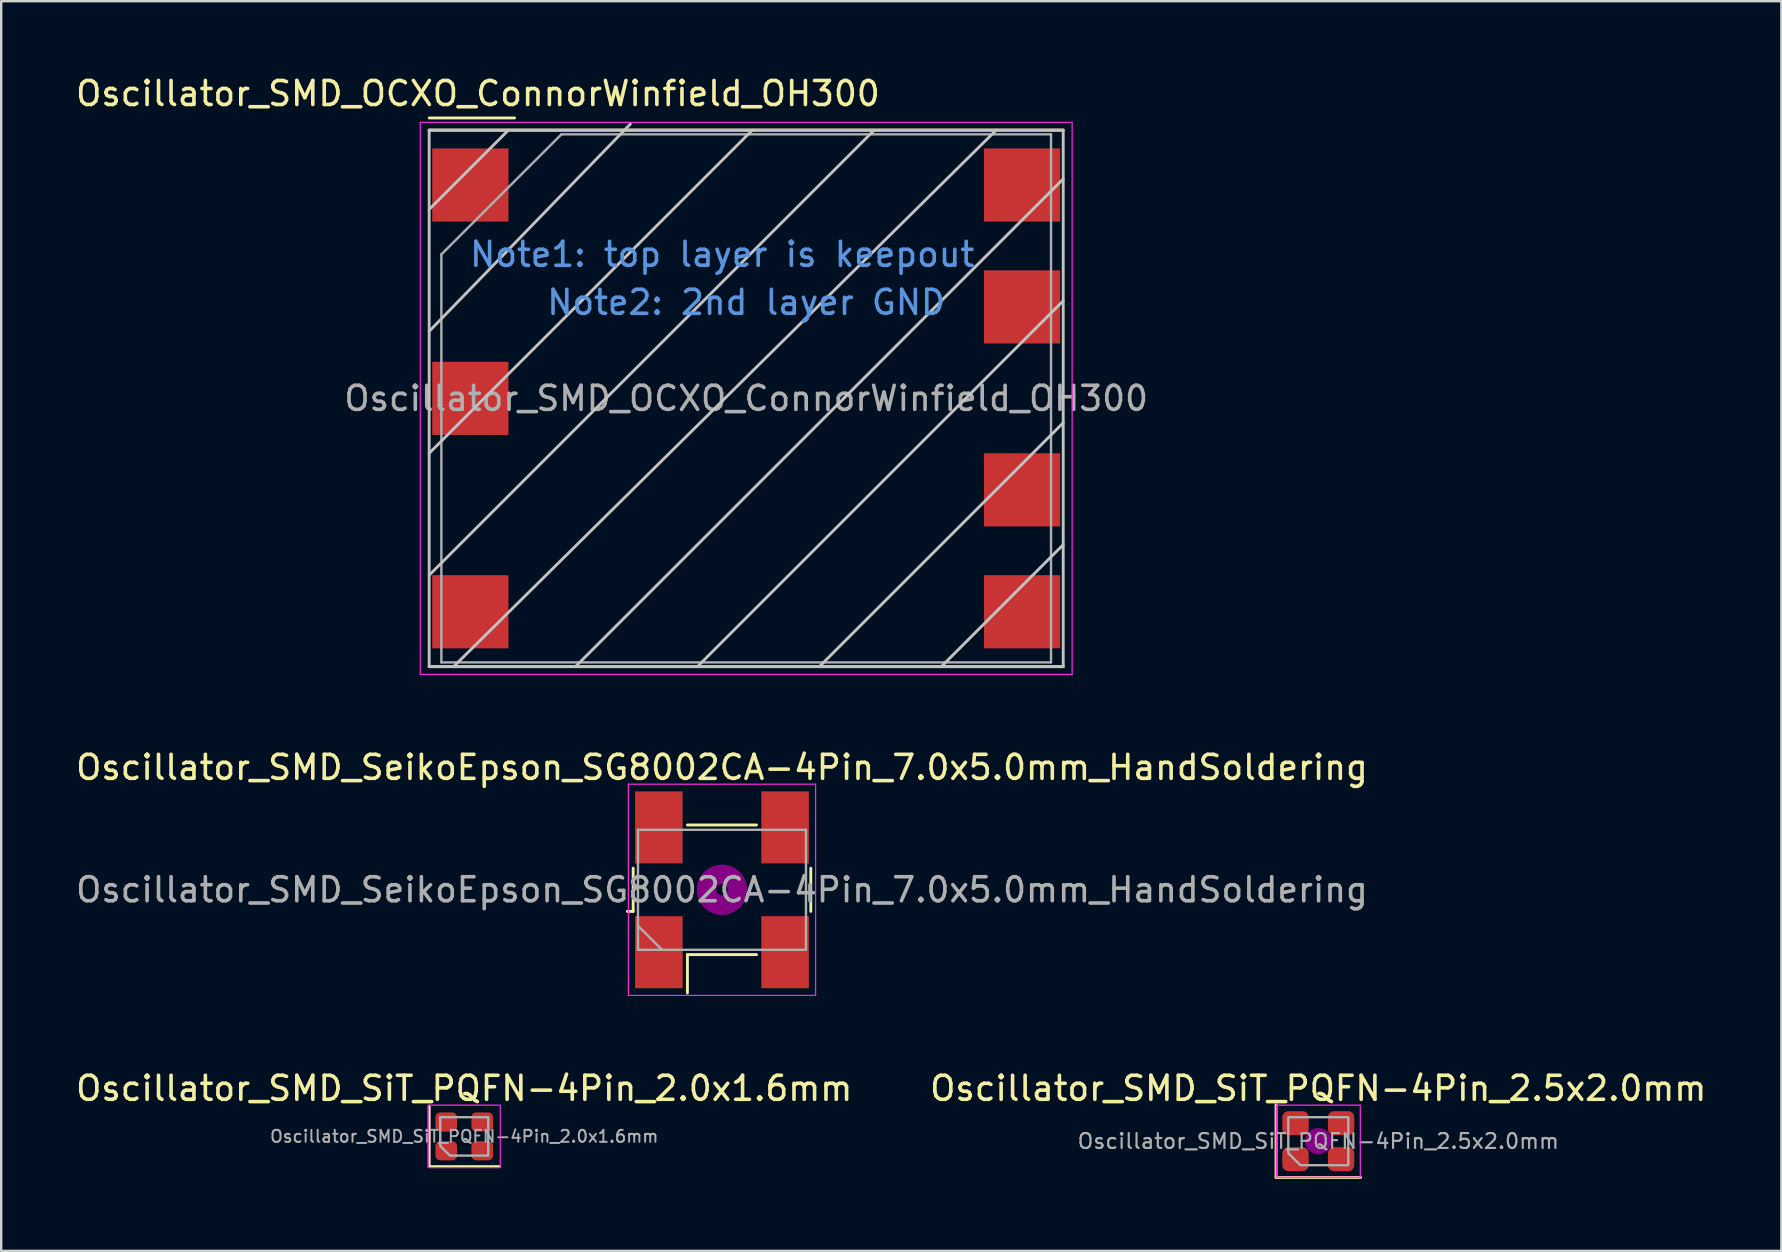
<source format=kicad_pcb>
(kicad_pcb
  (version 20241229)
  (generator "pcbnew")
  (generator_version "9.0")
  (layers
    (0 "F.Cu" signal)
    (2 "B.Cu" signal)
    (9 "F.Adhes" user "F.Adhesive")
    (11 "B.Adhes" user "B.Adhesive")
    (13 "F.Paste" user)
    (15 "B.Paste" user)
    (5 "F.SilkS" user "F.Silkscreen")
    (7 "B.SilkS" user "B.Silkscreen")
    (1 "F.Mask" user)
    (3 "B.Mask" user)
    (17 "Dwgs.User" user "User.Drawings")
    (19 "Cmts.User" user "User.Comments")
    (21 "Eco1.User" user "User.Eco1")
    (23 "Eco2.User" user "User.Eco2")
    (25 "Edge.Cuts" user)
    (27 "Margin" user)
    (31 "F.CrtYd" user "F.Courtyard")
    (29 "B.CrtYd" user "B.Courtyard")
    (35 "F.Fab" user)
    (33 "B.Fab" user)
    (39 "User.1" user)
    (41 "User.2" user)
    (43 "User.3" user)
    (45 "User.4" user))
  (footprint "Oscillator_SMD_OCXO_ConnorWinfield_OH300"
    (layer "F.Cu")
    (at 28.039 13.548)
    (property "Reference" "Oscillator_SMD_OCXO_ConnorWinfield_OH300" (at -11.176 -12.7 0) (layer "F.SilkS") (effects (font (size 1 1) (thickness 0.15))))
    (attr smd)
    (fp_line (start -13.208 -11.176) (end 13.208 -11.176) (stroke (width 0.12) (type solid)) (layer "F.SilkS"))
    (fp_line (start -9.652 -11.684) (end -13.208 -11.684) (stroke (width 0.12) (type solid)) (layer "F.SilkS"))
    (fp_line (start 13.208 11.176) (end -13.208 11.176) (stroke (width 0.12) (type solid)) (layer "F.SilkS"))
    (fp_line (start -13.208 -11.176) (end 13.208 -11.176) (stroke (width 0.12) (type solid)) (layer "Dwgs.User"))
    (fp_line (start -13.208 -7.874) (end -9.906 -11.176) (stroke (width 0.12) (type solid)) (layer "Dwgs.User"))
    (fp_line (start -13.208 2.286) (end 0.254 -11.176) (stroke (width 0.12) (type solid)) (layer "Dwgs.User"))
    (fp_line (start -13.208 11.176) (end -13.208 -11.176) (stroke (width 0.12) (type solid)) (layer "Dwgs.User"))
    (fp_line (start -12.192 11.176) (end 10.414 -11.176) (stroke (width 0.12) (type solid)) (layer "Dwgs.User"))
    (fp_line (start -4.826 -11.43) (end -13.208 -2.794) (stroke (width 0.12) (type solid)) (layer "Dwgs.User"))
    (fp_line (start -2.032 11.176) (end 13.208 -4.064) (stroke (width 0.12) (type solid)) (layer "Dwgs.User"))
    (fp_line (start 3.048 11.176) (end 13.208 1.016) (stroke (width 0.12) (type solid)) (layer "Dwgs.User"))
    (fp_line (start 5.334 -11.176) (end -13.208 7.366) (stroke (width 0.12) (type solid)) (layer "Dwgs.User"))
    (fp_line (start 13.208 -11.176) (end 13.208 11.176) (stroke (width 0.12) (type solid)) (layer "Dwgs.User"))
    (fp_line (start 13.208 -9.144) (end -7.112 11.176) (stroke (width 0.12) (type solid)) (layer "Dwgs.User"))
    (fp_line (start 13.208 6.096) (end 8.128 11.176) (stroke (width 0.12) (type solid)) (layer "Dwgs.User"))
    (fp_line (start 13.208 11.176) (end -13.208 11.176) (stroke (width 0.12) (type solid)) (layer "Dwgs.User"))
    (fp_line (start -13.58 -11.5) (end -13.58 11.5) (stroke (width 0.05) (type solid)) (layer "F.CrtYd"))
    (fp_line (start -13.58 11.5) (end 13.58 11.5) (stroke (width 0.05) (type solid)) (layer "F.CrtYd"))
    (fp_line (start 13.58 -11.5) (end -13.58 -11.5) (stroke (width 0.05) (type solid)) (layer "F.CrtYd"))
    (fp_line (start 13.58 11.5) (end 13.58 -11.5) (stroke (width 0.05) (type solid)) (layer "F.CrtYd"))
    (fp_line (start -12.7 11) (end -12.7 -6) (stroke (width 0.1) (type solid)) (layer "F.Fab"))
    (fp_line (start -7.7 -11) (end -12.7 -6) (stroke (width 0.1) (type solid)) (layer "F.Fab"))
    (fp_line (start -7.7 -11) (end 12.7 -11) (stroke (width 0.1) (type solid)) (layer "F.Fab"))
    (fp_line (start 12.7 -11) (end 12.7 11) (stroke (width 0.1) (type solid)) (layer "F.Fab"))
    (fp_line (start 12.7 11) (end -12.7 11) (stroke (width 0.1) (type solid)) (layer "F.Fab"))
    (fp_text user "Note1: top layer is keepout" (at -1 -6 0) (layer "Cmts.User") (effects (font (size 1 1) (thickness 0.15))))
    (fp_text user "Note2: 2nd layer GND" (at 0 -4 0) (layer "Cmts.User") (effects (font (size 1 1) (thickness 0.15))))
    (fp_text user "${REFERENCE}" (at 0 0 0) (layer "F.Fab") (effects (font (size 1 1) (thickness 0.15))))
    (pad "1" smd rect (at -11.493 -8.89 270) (size 3.048 3.175) (layers "F.Cu" "F.Mask" "F.Paste"))
    (pad "2" smd rect (at -11.493 0 270) (size 3.048 3.175) (layers "F.Cu" "F.Mask" "F.Paste"))
    (pad "3" smd rect (at -11.493 8.89 270) (size 3.048 3.175) (layers "F.Cu" "F.Mask" "F.Paste"))
    (pad "4" smd rect (at 11.493 8.89 270) (size 3.048 3.175) (layers "F.Cu" "F.Mask" "F.Paste"))
    (pad "5" smd rect (at 11.493 3.81 270) (size 3.048 3.175) (layers "F.Cu" "F.Mask" "F.Paste"))
    (pad "6" smd rect (at 11.493 -3.81 270) (size 3.048 3.175) (layers "F.Cu" "F.Mask" "F.Paste"))
    (pad "7" smd rect (at 11.493 -8.89 270) (size 3.048 3.175) (layers "F.Cu" "F.Mask" "F.Paste")))
  (footprint "Oscillator_SMD_SeikoEpson_SG8002CA-4Pin_7.0x5.0mm_HandSoldering"
    (layer "F.Cu")
    (at 27.03 34.022)
    (property "Reference" "Oscillator_SMD_SeikoEpson_SG8002CA-4Pin_7.0x5.0mm_HandSoldering" (at 0 -5.1 0) (layer "F.SilkS") (effects (font (size 1 1) (thickness 0.15))))
    (attr smd)
    (fp_line (start -3.94 0.9) (end -3.7 0.9) (stroke (width 0.12) (type solid)) (layer "F.SilkS"))
    (fp_line (start -3.7 0.9) (end -3.7 -0.9) (stroke (width 0.12) (type solid)) (layer "F.SilkS"))
    (fp_line (start -1.44 -2.7) (end 1.44 -2.7) (stroke (width 0.12) (type solid)) (layer "F.SilkS"))
    (fp_line (start -1.44 2.7) (end -1.44 4.3) (stroke (width 0.12) (type solid)) (layer "F.SilkS"))
    (fp_line (start 1.44 2.7) (end -1.44 2.7) (stroke (width 0.12) (type solid)) (layer "F.SilkS"))
    (fp_line (start 3.7 -0.9) (end 3.7 0.9) (stroke (width 0.12) (type solid)) (layer "F.SilkS"))
    (fp_circle (center 0 0) (end 0.233 0) (stroke (width 0.467) (type solid)) (fill no) (layer "F.Adhes"))
    (fp_circle (center 0 0) (end 0.533 0) (stroke (width 0.333) (type solid)) (fill no) (layer "F.Adhes"))
    (fp_circle (center 0 0) (end 0.833 0) (stroke (width 0.333) (type solid)) (fill no) (layer "F.Adhes"))
    (fp_circle (center 0 0) (end 1 0) (stroke (width 0.1) (type solid)) (fill no) (layer "F.Adhes"))
    (fp_line (start -3.9 -4.4) (end -3.9 4.4) (stroke (width 0.05) (type solid)) (layer "F.CrtYd"))
    (fp_line (start -3.9 4.4) (end 3.9 4.4) (stroke (width 0.05) (type solid)) (layer "F.CrtYd"))
    (fp_line (start 3.9 -4.4) (end -3.9 -4.4) (stroke (width 0.05) (type solid)) (layer "F.CrtYd"))
    (fp_line (start 3.9 4.4) (end 3.9 -4.4) (stroke (width 0.05) (type solid)) (layer "F.CrtYd"))
    (fp_line (start -3.5 -2.5) (end -3.5 2.5) (stroke (width 0.1) (type solid)) (layer "F.Fab"))
    (fp_line (start -3.5 1.5) (end -2.5 2.5) (stroke (width 0.1) (type solid)) (layer "F.Fab"))
    (fp_line (start -3.5 2.5) (end 3.5 2.5) (stroke (width 0.1) (type solid)) (layer "F.Fab"))
    (fp_line (start 3.5 -2.5) (end -3.5 -2.5) (stroke (width 0.1) (type solid)) (layer "F.Fab"))
    (fp_line (start 3.5 2.5) (end 3.5 -2.5) (stroke (width 0.1) (type solid)) (layer "F.Fab"))
    (fp_text user "${REFERENCE}" (at 0 0 0) (layer "F.Fab") (effects (font (size 1 1) (thickness 0.15))))
    (pad "1" smd rect (at -2.63 2.6) (size 1.98 3) (layers "F.Cu" "F.Mask" "F.Paste"))
    (pad "2" smd rect (at 2.63 2.6) (size 1.98 3) (layers "F.Cu" "F.Mask" "F.Paste"))
    (pad "3" smd rect (at 2.63 -2.6) (size 1.98 3) (layers "F.Cu" "F.Mask" "F.Paste"))
    (pad "4" smd rect (at -2.63 -2.6) (size 1.98 3) (layers "F.Cu" "F.Mask" "F.Paste")))
  (footprint "Oscillator_SMD_SiT_PQFN-4Pin_2.0x1.6mm"
    (layer "F.Cu")
    (at 16.292 44.295)
    (property "Reference" "Oscillator_SMD_SiT_PQFN-4Pin_2.0x1.6mm" (at 0 -2 0) (layer "F.SilkS") (effects (font (size 1 1) (thickness 0.15))))
    (attr smd)
    (fp_line (start -1.46 -1.26) (end -1.46 1.26) (stroke (width 0.12) (type solid)) (layer "F.SilkS"))
    (fp_line (start -1.46 1.26) (end 1.46 1.26) (stroke (width 0.12) (type solid)) (layer "F.SilkS"))
    (fp_rect (start -1.5 -1.3) (end 1.5 1.3) (stroke (width 0.05) (type solid)) (fill no) (layer "F.CrtYd"))
    (fp_poly (pts (xy -1 -0.8) (xy -1 0.4) (xy -0.6 0.8) (xy 1 0.8) (xy 1 -0.8)) (stroke (width 0.1) (type solid)) (fill no) (layer "F.Fab"))
    (fp_text user "${REFERENCE}" (at 0 0 0) (layer "F.Fab") (effects (font (size 0.5 0.5) (thickness 0.08))))
    (pad "1" smd roundrect (at -0.75 0.6) (size 0.9 0.8) (layers "F.Cu" "F.Mask" "F.Paste") (roundrect_rratio 0.25))
    (pad "2" smd roundrect (at 0.75 0.6) (size 0.9 0.8) (layers "F.Cu" "F.Mask" "F.Paste") (roundrect_rratio 0.25))
    (pad "3" smd roundrect (at 0.75 -0.6) (size 0.9 0.8) (layers "F.Cu" "F.Mask" "F.Paste") (roundrect_rratio 0.25))
    (pad "4" smd roundrect (at -0.75 -0.6) (size 0.9 0.8) (layers "F.Cu" "F.Mask" "F.Paste") (roundrect_rratio 0.25)))
  (footprint "Oscillator_SMD_SiT_PQFN-4Pin_2.5x2.0mm"
    (layer "F.Cu")
    (at 51.875 44.495)
    (property "Reference" "Oscillator_SMD_SiT_PQFN-4Pin_2.5x2.0mm" (at 0 -2.2 0) (layer "F.SilkS") (effects (font (size 1 1) (thickness 0.15))))
    (attr smd)
    (fp_line (start -1.76 -1.51) (end -1.76 1.51) (stroke (width 0.12) (type solid)) (layer "F.SilkS"))
    (fp_line (start -1.76 1.51) (end 1.76 1.51) (stroke (width 0.12) (type solid)) (layer "F.SilkS"))
    (fp_circle (center 0 0) (end 0.5 0) (stroke (width 0.1) (type solid)) (fill yes) (layer "F.Adhes"))
    (fp_rect (start -1.75 -1.5) (end 1.75 1.5) (stroke (width 0.05) (type solid)) (fill no) (layer "F.CrtYd"))
    (fp_poly (pts (xy -1.25 -1) (xy -1.25 0.5) (xy -0.75 1) (xy 1.25 1) (xy 1.25 -1)) (stroke (width 0.1) (type solid)) (fill no) (layer "F.Fab"))
    (fp_text user "${REFERENCE}" (at 0 0 0) (layer "F.Fab") (effects (font (size 0.62 0.62) (thickness 0.09))))
    (pad "1" smd roundrect (at -0.95 0.75) (size 1.1 1) (layers "F.Cu" "F.Mask" "F.Paste") (roundrect_rratio 0.25))
    (pad "2" smd roundrect (at 0.95 0.75) (size 1.1 1) (layers "F.Cu" "F.Mask" "F.Paste") (roundrect_rratio 0.25))
    (pad "3" smd roundrect (at 0.95 -0.75) (size 1.1 1) (layers "F.Cu" "F.Mask" "F.Paste") (roundrect_rratio 0.25))
    (pad "4" smd roundrect (at -0.95 -0.75) (size 1.1 1) (layers "F.Cu" "F.Mask" "F.Paste") (roundrect_rratio 0.25)))
  (gr_rect
    (start -3 -3)
    (end 71.167 49.065)
    (stroke (width 0.1) (type default))
    (fill no)
    (layer "Edge.Cuts")))
</source>
